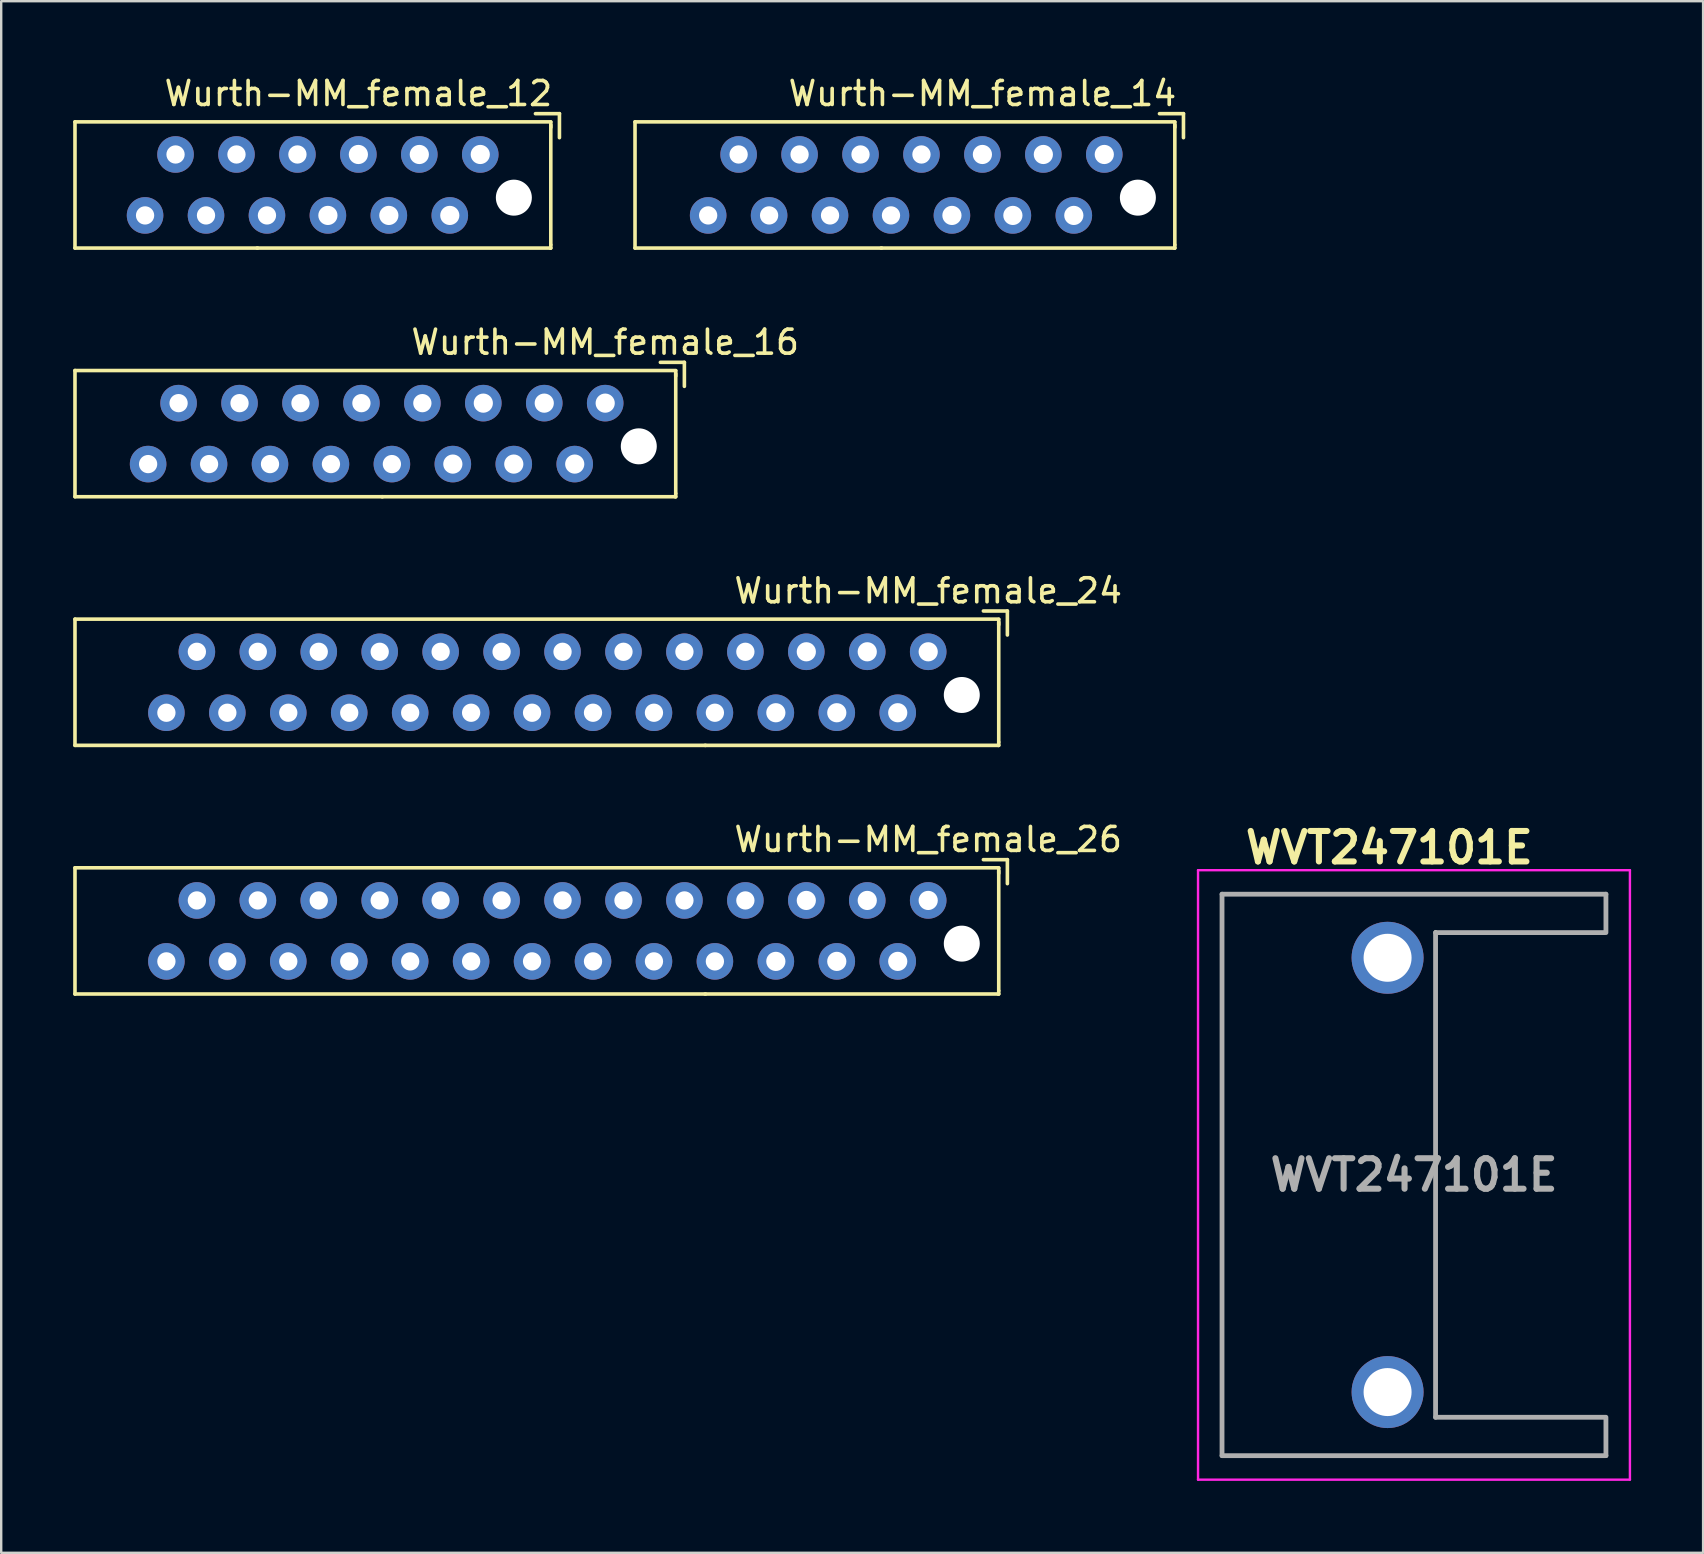
<source format=kicad_pcb>
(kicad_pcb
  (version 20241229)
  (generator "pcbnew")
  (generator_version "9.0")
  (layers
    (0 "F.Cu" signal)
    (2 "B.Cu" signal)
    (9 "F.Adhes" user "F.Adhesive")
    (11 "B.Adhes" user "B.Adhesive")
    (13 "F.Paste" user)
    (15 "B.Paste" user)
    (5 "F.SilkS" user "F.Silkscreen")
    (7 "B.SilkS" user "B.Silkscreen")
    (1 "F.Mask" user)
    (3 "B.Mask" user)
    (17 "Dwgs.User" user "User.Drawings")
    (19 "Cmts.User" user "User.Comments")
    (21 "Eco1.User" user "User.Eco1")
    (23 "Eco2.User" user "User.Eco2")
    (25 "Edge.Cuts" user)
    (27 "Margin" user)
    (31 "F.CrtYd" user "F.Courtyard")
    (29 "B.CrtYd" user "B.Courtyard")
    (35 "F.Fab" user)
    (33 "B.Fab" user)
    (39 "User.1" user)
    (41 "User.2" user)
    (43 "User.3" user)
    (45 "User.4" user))
  (footprint "Wurth-MM_female_12"
    (layer "F.Cu")
    (at 16.966 3.388)
    (property "Reference" "Wurth-MM_female_12" (at -5.08 -2.54 0) (layer "F.SilkS") (effects (font (size 1 1) (thickness 0.15))))
    (attr through_hole)
    (fp_line (start -16.891 -1.36) (end -16.891 3.9) (stroke (width 0.15) (type solid)) (layer "F.SilkS"))
    (fp_line (start -9.28 3.9) (end -16.891 3.9) (stroke (width 0.15) (type solid)) (layer "F.SilkS"))
    (fp_line (start 2.3 -1.7) (end 3.3 -1.7) (stroke (width 0.15) (type solid)) (layer "F.SilkS"))
    (fp_line (start 2.92 3.9) (end -9.3 3.9) (stroke (width 0.15) (type solid)) (layer "F.SilkS"))
    (fp_line (start 2.94 -1.36) (end -16.891 -1.36) (stroke (width 0.15) (type solid)) (layer "F.SilkS"))
    (fp_line (start 2.94 -1.23) (end 2.94 3.76) (stroke (width 0.15) (type solid)) (layer "F.SilkS"))
    (fp_line (start 2.94 -1.13) (end 2.94 -1.35) (stroke (width 0.15) (type solid)) (layer "F.SilkS"))
    (fp_line (start 2.94 3.9) (end 2.92 3.9) (stroke (width 0.15) (type solid)) (layer "F.SilkS"))
    (fp_line (start 2.94 3.9) (end 2.94 3.77) (stroke (width 0.15) (type solid)) (layer "F.SilkS"))
    (fp_line (start 3.3 -1.7) (end 3.3 -0.7) (stroke (width 0.15) (type solid)) (layer "F.SilkS"))
    (pad "" np_thru_hole circle (at 1.4 1.8) (size 1.5 1.5) (drill 1.5) (layers "*.Cu" "*.Mask"))
    (pad "1" thru_hole circle (at 0 0) (size 1.524 1.524) (drill 0.8) (layers "*.Cu" "*.Mask"))
    (pad "2" thru_hole circle (at -1.27 2.54) (size 1.524 1.524) (drill 0.8) (layers "*.Cu" "*.Mask"))
    (pad "3" thru_hole circle (at -2.54 0) (size 1.524 1.524) (drill 0.8) (layers "*.Cu" "*.Mask"))
    (pad "4" thru_hole circle (at -3.81 2.54) (size 1.524 1.524) (drill 0.8) (layers "*.Cu" "*.Mask"))
    (pad "5" thru_hole circle (at -5.08 0) (size 1.524 1.524) (drill 0.8) (layers "*.Cu" "*.Mask"))
    (pad "6" thru_hole circle (at -6.35 2.54) (size 1.524 1.524) (drill 0.8) (layers "*.Cu" "*.Mask"))
    (pad "7" thru_hole circle (at -7.62 0) (size 1.524 1.524) (drill 0.762) (layers "*.Cu" "*.Mask"))
    (pad "8" thru_hole circle (at -8.89 2.54) (size 1.524 1.524) (drill 0.762) (layers "*.Cu" "*.Mask"))
    (pad "9" thru_hole circle (at -10.16 0) (size 1.524 1.524) (drill 0.762) (layers "*.Cu" "*.Mask"))
    (pad "10" thru_hole circle (at -11.43 2.54) (size 1.524 1.524) (drill 0.762) (layers "*.Cu" "*.Mask"))
    (pad "11" thru_hole circle (at -12.7 0) (size 1.524 1.524) (drill 0.762) (layers "*.Cu" "*.Mask"))
    (pad "12" thru_hole circle (at -13.97 2.54) (size 1.524 1.524) (drill 0.762) (layers "*.Cu" "*.Mask")))
  (footprint "Wurth-MM_female_24"
    (layer "F.Cu")
    (at 35.635 24.115)
    (property "Reference" "Wurth-MM_female_24" (at 0 -2.54 0) (layer "F.SilkS") (effects (font (size 1 1) (thickness 0.15))))
    (attr through_hole)
    (fp_line (start -35.56 -1.36) (end -35.56 3.9) (stroke (width 0.15) (type solid)) (layer "F.SilkS"))
    (fp_line (start -9.28 3.9) (end -35.56 3.9) (stroke (width 0.15) (type solid)) (layer "F.SilkS"))
    (fp_line (start 2.3 -1.7) (end 3.3 -1.7) (stroke (width 0.15) (type solid)) (layer "F.SilkS"))
    (fp_line (start 2.92 3.9) (end -9.3 3.9) (stroke (width 0.15) (type solid)) (layer "F.SilkS"))
    (fp_line (start 2.94 -1.36) (end -35.56 -1.36) (stroke (width 0.15) (type solid)) (layer "F.SilkS"))
    (fp_line (start 2.94 -1.23) (end 2.94 3.76) (stroke (width 0.15) (type solid)) (layer "F.SilkS"))
    (fp_line (start 2.94 -1.13) (end 2.94 -1.35) (stroke (width 0.15) (type solid)) (layer "F.SilkS"))
    (fp_line (start 2.94 3.9) (end 2.92 3.9) (stroke (width 0.15) (type solid)) (layer "F.SilkS"))
    (fp_line (start 2.94 3.9) (end 2.94 3.77) (stroke (width 0.15) (type solid)) (layer "F.SilkS"))
    (fp_line (start 3.3 -1.7) (end 3.3 -0.7) (stroke (width 0.15) (type solid)) (layer "F.SilkS"))
    (pad "" np_thru_hole circle (at 1.4 1.8) (size 1.5 1.5) (drill 1.5) (layers "*.Cu" "*.Mask"))
    (pad "1" thru_hole circle (at 0 0) (size 1.524 1.524) (drill 0.8) (layers "*.Cu" "*.Mask"))
    (pad "2" thru_hole circle (at -1.27 2.54) (size 1.524 1.524) (drill 0.8) (layers "*.Cu" "*.Mask"))
    (pad "3" thru_hole circle (at -2.54 0) (size 1.524 1.524) (drill 0.8) (layers "*.Cu" "*.Mask"))
    (pad "4" thru_hole circle (at -3.81 2.54) (size 1.524 1.524) (drill 0.8) (layers "*.Cu" "*.Mask"))
    (pad "5" thru_hole circle (at -5.08 0) (size 1.524 1.524) (drill 0.8) (layers "*.Cu" "*.Mask"))
    (pad "6" thru_hole circle (at -6.35 2.54) (size 1.524 1.524) (drill 0.8) (layers "*.Cu" "*.Mask"))
    (pad "7" thru_hole circle (at -7.62 0) (size 1.524 1.524) (drill 0.762) (layers "*.Cu" "*.Mask"))
    (pad "8" thru_hole circle (at -8.89 2.54) (size 1.524 1.524) (drill 0.762) (layers "*.Cu" "*.Mask"))
    (pad "9" thru_hole circle (at -10.16 0) (size 1.524 1.524) (drill 0.762) (layers "*.Cu" "*.Mask"))
    (pad "10" thru_hole circle (at -11.43 2.54) (size 1.524 1.524) (drill 0.762) (layers "*.Cu" "*.Mask"))
    (pad "11" thru_hole circle (at -12.7 0) (size 1.524 1.524) (drill 0.762) (layers "*.Cu" "*.Mask"))
    (pad "12" thru_hole circle (at -13.97 2.54) (size 1.524 1.524) (drill 0.762) (layers "*.Cu" "*.Mask"))
    (pad "13" thru_hole circle (at -15.24 0) (size 1.524 1.524) (drill 0.762) (layers "*.Cu" "*.Mask"))
    (pad "14" thru_hole circle (at -16.51 2.54) (size 1.524 1.524) (drill 0.762) (layers "*.Cu" "*.Mask"))
    (pad "15" thru_hole circle (at -17.78 0) (size 1.524 1.524) (drill 0.762) (layers "*.Cu" "*.Mask"))
    (pad "16" thru_hole circle (at -19.05 2.54) (size 1.524 1.524) (drill 0.762) (layers "*.Cu" "*.Mask"))
    (pad "17" thru_hole circle (at -20.32 0) (size 1.524 1.524) (drill 0.762) (layers "*.Cu" "*.Mask"))
    (pad "18" thru_hole circle (at -21.59 2.54) (size 1.524 1.524) (drill 0.762) (layers "*.Cu" "*.Mask"))
    (pad "19" thru_hole circle (at -22.86 0) (size 1.524 1.524) (drill 0.762) (layers "*.Cu" "*.Mask"))
    (pad "20" thru_hole circle (at -24.13 2.54) (size 1.524 1.524) (drill 0.762) (layers "*.Cu" "*.Mask"))
    (pad "21" thru_hole circle (at -25.4 0) (size 1.524 1.524) (drill 0.762) (layers "*.Cu" "*.Mask"))
    (pad "22" thru_hole circle (at -26.67 2.54) (size 1.524 1.524) (drill 0.762) (layers "*.Cu" "*.Mask"))
    (pad "23" thru_hole circle (at -27.94 0) (size 1.524 1.524) (drill 0.762) (layers "*.Cu" "*.Mask"))
    (pad "24" thru_hole circle (at -29.21 2.54) (size 1.524 1.524) (drill 0.762) (layers "*.Cu" "*.Mask"))
    (pad "25" thru_hole circle (at -30.48 0) (size 1.524 1.524) (drill 0.762) (layers "*.Cu" "*.Mask"))
    (pad "26" thru_hole circle (at -31.75 2.54) (size 1.524 1.524) (drill 0.762) (layers "*.Cu" "*.Mask")))
  (footprint "WVT247101E"
    (layer "F.Cu")
    (at 54.781 54.968)
    (property "Reference" "WVT247101E" (at 0.07 -22.69 0) (layer "F.SilkS") (effects (font (size 1.27 1.27) (thickness 0.254))))
    (attr through_hole)
    (fp_line (start -6.9 -20.75) (end 9.1 -20.75) (stroke (width 0.1) (type solid)) (layer "F.SilkS"))
    (fp_line (start -6.9 2.65) (end -6.9 -20.75) (stroke (width 0.1) (type solid)) (layer "F.SilkS"))
    (fp_line (start 2 -19.21) (end 2 1.05) (stroke (width 0.1) (type solid)) (layer "F.SilkS"))
    (fp_line (start 2 1.05) (end 9.1 1.05) (stroke (width 0.1) (type solid)) (layer "F.SilkS"))
    (fp_line (start 9.1 -20.75) (end 9.1 -19.21) (stroke (width 0.1) (type solid)) (layer "F.SilkS"))
    (fp_line (start 9.1 -19.15) (end 2 -19.15) (stroke (width 0.1) (type solid)) (layer "F.SilkS"))
    (fp_line (start 9.1 1.11) (end 9.1 2.65) (stroke (width 0.1) (type solid)) (layer "F.SilkS"))
    (fp_line (start 9.1 2.65) (end -6.9 2.65) (stroke (width 0.1) (type solid)) (layer "F.SilkS"))
    (fp_line (start -7.9 -21.75) (end 10.1 -21.75) (stroke (width 0.1) (type solid)) (layer "F.CrtYd"))
    (fp_line (start -7.9 3.65) (end -7.9 -21.75) (stroke (width 0.1) (type solid)) (layer "F.CrtYd"))
    (fp_line (start 10.1 -21.75) (end 10.1 3.65) (stroke (width 0.1) (type solid)) (layer "F.CrtYd"))
    (fp_line (start 10.1 3.65) (end -7.9 3.65) (stroke (width 0.1) (type solid)) (layer "F.CrtYd"))
    (fp_line (start -6.9 -20.75) (end 9.1 -20.75) (stroke (width 0.2) (type solid)) (layer "F.Fab"))
    (fp_line (start -6.9 2.65) (end -6.9 -20.75) (stroke (width 0.2) (type solid)) (layer "F.Fab"))
    (fp_line (start 2 -19.15) (end 2 1.05) (stroke (width 0.2) (type solid)) (layer "F.Fab"))
    (fp_line (start 2 1.05) (end 9.1 1.05) (stroke (width 0.2) (type solid)) (layer "F.Fab"))
    (fp_line (start 9.1 -20.75) (end 9.1 -19.21) (stroke (width 0.2) (type solid)) (layer "F.Fab"))
    (fp_line (start 9.1 -19.15) (end 2 -19.15) (stroke (width 0.2) (type solid)) (layer "F.Fab"))
    (fp_line (start 9.1 1.11) (end 9.1 2.65) (stroke (width 0.2) (type solid)) (layer "F.Fab"))
    (fp_line (start 9.1 2.65) (end -6.9 2.65) (stroke (width 0.2) (type solid)) (layer "F.Fab"))
    (fp_text user "${REFERENCE}" (at 1.1 -9.05 0) (layer "F.Fab") (effects (font (size 1.27 1.27) (thickness 0.254))))
    (pad "1" thru_hole circle (at 0 0) (size 3 3) (drill 2) (layers "*.Cu" "*.Mask"))
    (pad "2" thru_hole circle (at 0 -18.1) (size 3 3) (drill 2) (layers "*.Cu" "*.Mask")))
  (footprint "Wurth-MM_female_26"
    (layer "F.Cu")
    (at 35.635 34.478)
    (property "Reference" "Wurth-MM_female_26" (at 0 -2.54 0) (layer "F.SilkS") (effects (font (size 1 1) (thickness 0.15))))
    (attr through_hole)
    (fp_line (start -35.56 -1.36) (end -35.56 3.9) (stroke (width 0.15) (type solid)) (layer "F.SilkS"))
    (fp_line (start -9.28 3.9) (end -35.56 3.9) (stroke (width 0.15) (type solid)) (layer "F.SilkS"))
    (fp_line (start 2.3 -1.7) (end 3.3 -1.7) (stroke (width 0.15) (type solid)) (layer "F.SilkS"))
    (fp_line (start 2.92 3.9) (end -9.3 3.9) (stroke (width 0.15) (type solid)) (layer "F.SilkS"))
    (fp_line (start 2.94 -1.36) (end -35.56 -1.36) (stroke (width 0.15) (type solid)) (layer "F.SilkS"))
    (fp_line (start 2.94 -1.23) (end 2.94 3.76) (stroke (width 0.15) (type solid)) (layer "F.SilkS"))
    (fp_line (start 2.94 -1.13) (end 2.94 -1.35) (stroke (width 0.15) (type solid)) (layer "F.SilkS"))
    (fp_line (start 2.94 3.9) (end 2.92 3.9) (stroke (width 0.15) (type solid)) (layer "F.SilkS"))
    (fp_line (start 2.94 3.9) (end 2.94 3.77) (stroke (width 0.15) (type solid)) (layer "F.SilkS"))
    (fp_line (start 3.3 -1.7) (end 3.3 -0.7) (stroke (width 0.15) (type solid)) (layer "F.SilkS"))
    (pad "" np_thru_hole circle (at 1.4 1.8) (size 1.5 1.5) (drill 1.5) (layers "*.Cu" "*.Mask"))
    (pad "1" thru_hole circle (at 0 0) (size 1.524 1.524) (drill 0.8) (layers "*.Cu" "*.Mask"))
    (pad "2" thru_hole circle (at -1.27 2.54) (size 1.524 1.524) (drill 0.8) (layers "*.Cu" "*.Mask"))
    (pad "3" thru_hole circle (at -2.54 0) (size 1.524 1.524) (drill 0.8) (layers "*.Cu" "*.Mask"))
    (pad "4" thru_hole circle (at -3.81 2.54) (size 1.524 1.524) (drill 0.8) (layers "*.Cu" "*.Mask"))
    (pad "5" thru_hole circle (at -5.08 0) (size 1.524 1.524) (drill 0.8) (layers "*.Cu" "*.Mask"))
    (pad "6" thru_hole circle (at -6.35 2.54) (size 1.524 1.524) (drill 0.8) (layers "*.Cu" "*.Mask"))
    (pad "7" thru_hole circle (at -7.62 0) (size 1.524 1.524) (drill 0.762) (layers "*.Cu" "*.Mask"))
    (pad "8" thru_hole circle (at -8.89 2.54) (size 1.524 1.524) (drill 0.762) (layers "*.Cu" "*.Mask"))
    (pad "9" thru_hole circle (at -10.16 0) (size 1.524 1.524) (drill 0.762) (layers "*.Cu" "*.Mask"))
    (pad "10" thru_hole circle (at -11.43 2.54) (size 1.524 1.524) (drill 0.762) (layers "*.Cu" "*.Mask"))
    (pad "11" thru_hole circle (at -12.7 0) (size 1.524 1.524) (drill 0.762) (layers "*.Cu" "*.Mask"))
    (pad "12" thru_hole circle (at -13.97 2.54) (size 1.524 1.524) (drill 0.762) (layers "*.Cu" "*.Mask"))
    (pad "13" thru_hole circle (at -15.24 0) (size 1.524 1.524) (drill 0.762) (layers "*.Cu" "*.Mask"))
    (pad "14" thru_hole circle (at -16.51 2.54) (size 1.524 1.524) (drill 0.762) (layers "*.Cu" "*.Mask"))
    (pad "15" thru_hole circle (at -17.78 0) (size 1.524 1.524) (drill 0.762) (layers "*.Cu" "*.Mask"))
    (pad "16" thru_hole circle (at -19.05 2.54) (size 1.524 1.524) (drill 0.762) (layers "*.Cu" "*.Mask"))
    (pad "17" thru_hole circle (at -20.32 0) (size 1.524 1.524) (drill 0.762) (layers "*.Cu" "*.Mask"))
    (pad "18" thru_hole circle (at -21.59 2.54) (size 1.524 1.524) (drill 0.762) (layers "*.Cu" "*.Mask"))
    (pad "19" thru_hole circle (at -22.86 0) (size 1.524 1.524) (drill 0.762) (layers "*.Cu" "*.Mask"))
    (pad "20" thru_hole circle (at -24.13 2.54) (size 1.524 1.524) (drill 0.762) (layers "*.Cu" "*.Mask"))
    (pad "21" thru_hole circle (at -25.4 0) (size 1.524 1.524) (drill 0.762) (layers "*.Cu" "*.Mask"))
    (pad "22" thru_hole circle (at -26.67 2.54) (size 1.524 1.524) (drill 0.762) (layers "*.Cu" "*.Mask"))
    (pad "23" thru_hole circle (at -27.94 0) (size 1.524 1.524) (drill 0.762) (layers "*.Cu" "*.Mask"))
    (pad "24" thru_hole circle (at -29.21 2.54) (size 1.524 1.524) (drill 0.762) (layers "*.Cu" "*.Mask"))
    (pad "25" thru_hole circle (at -30.48 0) (size 1.524 1.524) (drill 0.762) (layers "*.Cu" "*.Mask"))
    (pad "26" thru_hole circle (at -31.75 2.54) (size 1.524 1.524) (drill 0.762) (layers "*.Cu" "*.Mask")))
  (footprint "Wurth-MM_female_14"
    (layer "F.Cu")
    (at 42.974 3.388)
    (property "Reference" "Wurth-MM_female_14" (at -5.08 -2.54 0) (layer "F.SilkS") (effects (font (size 1 1) (thickness 0.15))))
    (attr through_hole)
    (fp_line (start -19.558 -1.36) (end -19.558 3.9) (stroke (width 0.15) (type solid)) (layer "F.SilkS"))
    (fp_line (start -9.28 3.9) (end -19.558 3.9) (stroke (width 0.15) (type solid)) (layer "F.SilkS"))
    (fp_line (start 2.3 -1.7) (end 3.3 -1.7) (stroke (width 0.15) (type solid)) (layer "F.SilkS"))
    (fp_line (start 2.92 3.9) (end -9.3 3.9) (stroke (width 0.15) (type solid)) (layer "F.SilkS"))
    (fp_line (start 2.94 -1.36) (end -19.558 -1.36) (stroke (width 0.15) (type solid)) (layer "F.SilkS"))
    (fp_line (start 2.94 -1.23) (end 2.94 3.76) (stroke (width 0.15) (type solid)) (layer "F.SilkS"))
    (fp_line (start 2.94 -1.13) (end 2.94 -1.35) (stroke (width 0.15) (type solid)) (layer "F.SilkS"))
    (fp_line (start 2.94 3.9) (end 2.92 3.9) (stroke (width 0.15) (type solid)) (layer "F.SilkS"))
    (fp_line (start 2.94 3.9) (end 2.94 3.77) (stroke (width 0.15) (type solid)) (layer "F.SilkS"))
    (fp_line (start 3.3 -1.7) (end 3.3 -0.7) (stroke (width 0.15) (type solid)) (layer "F.SilkS"))
    (pad "" np_thru_hole circle (at 1.4 1.8) (size 1.5 1.5) (drill 1.5) (layers "*.Cu" "*.Mask"))
    (pad "1" thru_hole circle (at 0 0) (size 1.524 1.524) (drill 0.8) (layers "*.Cu" "*.Mask"))
    (pad "2" thru_hole circle (at -1.27 2.54) (size 1.524 1.524) (drill 0.8) (layers "*.Cu" "*.Mask"))
    (pad "3" thru_hole circle (at -2.54 0) (size 1.524 1.524) (drill 0.8) (layers "*.Cu" "*.Mask"))
    (pad "4" thru_hole circle (at -3.81 2.54) (size 1.524 1.524) (drill 0.8) (layers "*.Cu" "*.Mask"))
    (pad "5" thru_hole circle (at -5.08 0) (size 1.524 1.524) (drill 0.8) (layers "*.Cu" "*.Mask"))
    (pad "6" thru_hole circle (at -6.35 2.54) (size 1.524 1.524) (drill 0.8) (layers "*.Cu" "*.Mask"))
    (pad "7" thru_hole circle (at -7.62 0) (size 1.524 1.524) (drill 0.762) (layers "*.Cu" "*.Mask"))
    (pad "8" thru_hole circle (at -8.89 2.54) (size 1.524 1.524) (drill 0.762) (layers "*.Cu" "*.Mask"))
    (pad "9" thru_hole circle (at -10.16 0) (size 1.524 1.524) (drill 0.762) (layers "*.Cu" "*.Mask"))
    (pad "10" thru_hole circle (at -11.43 2.54) (size 1.524 1.524) (drill 0.762) (layers "*.Cu" "*.Mask"))
    (pad "11" thru_hole circle (at -12.7 0) (size 1.524 1.524) (drill 0.762) (layers "*.Cu" "*.Mask"))
    (pad "12" thru_hole circle (at -13.97 2.54) (size 1.524 1.524) (drill 0.762) (layers "*.Cu" "*.Mask"))
    (pad "13" thru_hole circle (at -15.24 0) (size 1.524 1.524) (drill 0.762) (layers "*.Cu" "*.Mask"))
    (pad "14" thru_hole circle (at -16.51 2.54) (size 1.524 1.524) (drill 0.762) (layers "*.Cu" "*.Mask")))
  (footprint "Wurth-MM_female_16"
    (layer "F.Cu")
    (at 22.173 13.752)
    (property "Reference" "Wurth-MM_female_16" (at 0 -2.54 0) (layer "F.SilkS") (effects (font (size 1 1) (thickness 0.15))))
    (attr through_hole)
    (fp_line (start -22.098 -1.36) (end -22.098 3.9) (stroke (width 0.15) (type solid)) (layer "F.SilkS"))
    (fp_line (start -9.28 3.9) (end -22.098 3.9) (stroke (width 0.15) (type solid)) (layer "F.SilkS"))
    (fp_line (start 2.3 -1.7) (end 3.3 -1.7) (stroke (width 0.15) (type solid)) (layer "F.SilkS"))
    (fp_line (start 2.92 3.9) (end -9.3 3.9) (stroke (width 0.15) (type solid)) (layer "F.SilkS"))
    (fp_line (start 2.94 -1.36) (end -22.098 -1.36) (stroke (width 0.15) (type solid)) (layer "F.SilkS"))
    (fp_line (start 2.94 -1.23) (end 2.94 3.76) (stroke (width 0.15) (type solid)) (layer "F.SilkS"))
    (fp_line (start 2.94 -1.13) (end 2.94 -1.35) (stroke (width 0.15) (type solid)) (layer "F.SilkS"))
    (fp_line (start 2.94 3.9) (end 2.92 3.9) (stroke (width 0.15) (type solid)) (layer "F.SilkS"))
    (fp_line (start 2.94 3.9) (end 2.94 3.77) (stroke (width 0.15) (type solid)) (layer "F.SilkS"))
    (fp_line (start 3.3 -1.7) (end 3.3 -0.7) (stroke (width 0.15) (type solid)) (layer "F.SilkS"))
    (pad "" np_thru_hole circle (at 1.4 1.8) (size 1.5 1.5) (drill 1.5) (layers "*.Cu" "*.Mask"))
    (pad "1" thru_hole circle (at 0 0) (size 1.524 1.524) (drill 0.8) (layers "*.Cu" "*.Mask"))
    (pad "2" thru_hole circle (at -1.27 2.54) (size 1.524 1.524) (drill 0.8) (layers "*.Cu" "*.Mask"))
    (pad "3" thru_hole circle (at -2.54 0) (size 1.524 1.524) (drill 0.8) (layers "*.Cu" "*.Mask"))
    (pad "4" thru_hole circle (at -3.81 2.54) (size 1.524 1.524) (drill 0.8) (layers "*.Cu" "*.Mask"))
    (pad "5" thru_hole circle (at -5.08 0) (size 1.524 1.524) (drill 0.8) (layers "*.Cu" "*.Mask"))
    (pad "6" thru_hole circle (at -6.35 2.54) (size 1.524 1.524) (drill 0.8) (layers "*.Cu" "*.Mask"))
    (pad "7" thru_hole circle (at -7.62 0) (size 1.524 1.524) (drill 0.762) (layers "*.Cu" "*.Mask"))
    (pad "8" thru_hole circle (at -8.89 2.54) (size 1.524 1.524) (drill 0.762) (layers "*.Cu" "*.Mask"))
    (pad "9" thru_hole circle (at -10.16 0) (size 1.524 1.524) (drill 0.762) (layers "*.Cu" "*.Mask"))
    (pad "10" thru_hole circle (at -11.43 2.54) (size 1.524 1.524) (drill 0.762) (layers "*.Cu" "*.Mask"))
    (pad "11" thru_hole circle (at -12.7 0) (size 1.524 1.524) (drill 0.762) (layers "*.Cu" "*.Mask"))
    (pad "12" thru_hole circle (at -13.97 2.54) (size 1.524 1.524) (drill 0.762) (layers "*.Cu" "*.Mask"))
    (pad "13" thru_hole circle (at -15.24 0) (size 1.524 1.524) (drill 0.762) (layers "*.Cu" "*.Mask"))
    (pad "14" thru_hole circle (at -16.51 2.54) (size 1.524 1.524) (drill 0.762) (layers "*.Cu" "*.Mask"))
    (pad "15" thru_hole circle (at -17.78 0) (size 1.524 1.524) (drill 0.762) (layers "*.Cu" "*.Mask"))
    (pad "16" thru_hole circle (at -19.05 2.54) (size 1.524 1.524) (drill 0.762) (layers "*.Cu" "*.Mask")))
  (gr_rect
    (start -3 -3)
    (end 67.931 61.668)
    (stroke (width 0.1) (type default))
    (fill no)
    (layer "Edge.Cuts")))
</source>
